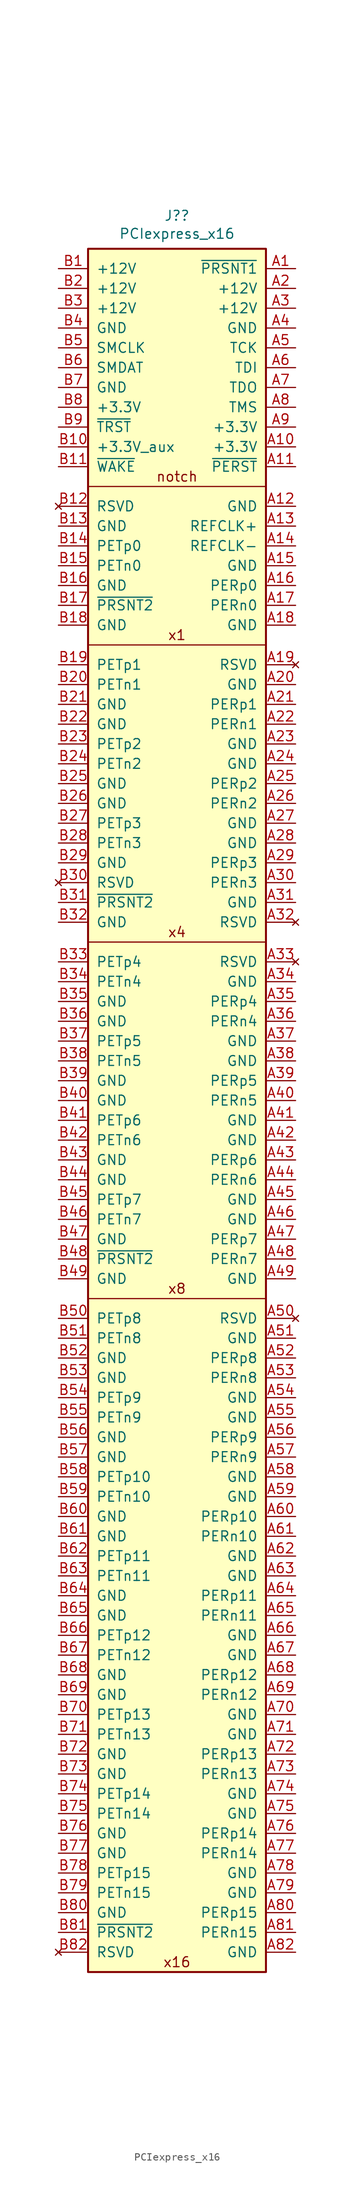
<source format=kicad_sym>
(kicad_symbol_lib
  (version 20241209)
  (generator "kicad_symbol_editor")
  (generator_version "9.0")
  (symbol "PCIexpress_x16"
    (pin_names
      (offset 1.016))
    (property "Reference" "J?"
      (at 0 4.242 0)
      (effects (font (size 1.27 1.27))))
    (property "Value" "PCIexpress_x16"
      (at 0 1.93 0)
      (effects (font (size 1.27 1.27))))
    (property "Description" ""
      (at 0 0 0)
      (effects (font (size 1.27 1.27))))
    (symbol "PCIexpress_x16_0_0"
      (polyline (pts (xy 11.43 -88.9) (xy -11.43 -88.9)) (stroke (width 0) (type default)) (fill (type none)))
      (polyline (pts (xy 11.43 -134.62) (xy -11.43 -134.62)) (stroke (width 0) (type default)) (fill (type none)))
      (text "x4" (at 0 -87.63 0) (effects (font (size 1.27 1.27))))
      (text "x8" (at 0 -133.35 0) (effects (font (size 1.27 1.27))))
      (text "x16" (at 0 -219.71 0) (effects (font (size 1.27 1.27)))))
    (symbol "PCIexpress_x16_1_1"
      (rectangle (start 11.43 0) (end -11.43 -220.98) (stroke (width 0.254) (type default)) (fill (type background)))
      (polyline (pts (xy 11.43 -30.48) (xy -11.43 -30.48)) (stroke (width 0) (type default)) (fill (type none)))
      (polyline (pts (xy 11.43 -50.8) (xy -11.43 -50.8)) (stroke (width 0) (type default)) (fill (type none)))
      (text "notch" (at 0 -29.21 0) (effects (font (size 1.27 1.27))))
      (text "x1" (at 0 -49.53 0) (effects (font (size 1.27 1.27))))
      (pin power_out line (at -15.24 -2.54 0) (length 3.81) (name "+12V" (effects (font (size 1.27 1.27)))) (number "B1" (effects (font (size 1.27 1.27)))))
      (pin power_out line (at -15.24 -5.08 0) (length 3.81) (name "+12V" (effects (font (size 1.27 1.27)))) (number "B2" (effects (font (size 1.27 1.27)))))
      (pin power_out line (at -15.24 -7.62 0) (length 3.81) (name "+12V" (effects (font (size 1.27 1.27)))) (number "B3" (effects (font (size 1.27 1.27)))))
      (pin power_out line (at -15.24 -10.16 0) (length 3.81) (name "GND" (effects (font (size 1.27 1.27)))) (number "B4" (effects (font (size 1.27 1.27)))))
      (pin open_collector line (at -15.24 -12.7 0) (length 3.81) (name "SMCLK" (effects (font (size 1.27 1.27)))) (number "B5" (effects (font (size 1.27 1.27)))))
      (pin open_collector line (at -15.24 -15.24 0) (length 3.81) (name "SMDAT" (effects (font (size 1.27 1.27)))) (number "B6" (effects (font (size 1.27 1.27)))))
      (pin power_out line (at -15.24 -17.78 0) (length 3.81) (name "GND" (effects (font (size 1.27 1.27)))) (number "B7" (effects (font (size 1.27 1.27)))))
      (pin power_out line (at -15.24 -20.32 0) (length 3.81) (name "+3.3V" (effects (font (size 1.27 1.27)))) (number "B8" (effects (font (size 1.27 1.27)))))
      (pin output line (at -15.24 -22.86 0) (length 3.81) (name "~{TRST}" (effects (font (size 1.27 1.27)))) (number "B9" (effects (font (size 1.27 1.27)))))
      (pin power_out line (at -15.24 -25.4 0) (length 3.81) (name "+3.3V_aux" (effects (font (size 1.27 1.27)))) (number "B10" (effects (font (size 1.27 1.27)))))
      (pin open_collector line (at -15.24 -27.94 0) (length 3.81) (name "~{WAKE}" (effects (font (size 1.27 1.27)))) (number "B11" (effects (font (size 1.27 1.27)))))
      (pin no_connect line (at -15.24 -33.02 0) (length 3.81) (name "RSVD" (effects (font (size 1.27 1.27)))) (number "B12" (effects (font (size 1.27 1.27)))))
      (pin power_out line (at -15.24 -35.56 0) (length 3.81) (name "GND" (effects (font (size 1.27 1.27)))) (number "B13" (effects (font (size 1.27 1.27)))))
      (pin output line (at -15.24 -38.1 0) (length 3.81) (name "PETp0" (effects (font (size 1.27 1.27)))) (number "B14" (effects (font (size 1.27 1.27)))))
      (pin output line (at -15.24 -40.64 0) (length 3.81) (name "PETn0" (effects (font (size 1.27 1.27)))) (number "B15" (effects (font (size 1.27 1.27)))))
      (pin power_out line (at -15.24 -43.18 0) (length 3.81) (name "GND" (effects (font (size 1.27 1.27)))) (number "B16" (effects (font (size 1.27 1.27)))))
      (pin passive line (at -15.24 -45.72 0) (length 3.81) (name "~{PRSNT2}" (effects (font (size 1.27 1.27)))) (number "B17" (effects (font (size 1.27 1.27)))))
      (pin power_out line (at -15.24 -48.26 0) (length 3.81) (name "GND" (effects (font (size 1.27 1.27)))) (number "B18" (effects (font (size 1.27 1.27)))))
      (pin output line (at -15.24 -53.34 0) (length 3.81) (name "PETp1" (effects (font (size 1.27 1.27)))) (number "B19" (effects (font (size 1.27 1.27)))))
      (pin output line (at -15.24 -55.88 0) (length 3.81) (name "PETn1" (effects (font (size 1.27 1.27)))) (number "B20" (effects (font (size 1.27 1.27)))))
      (pin power_out line (at -15.24 -58.42 0) (length 3.81) (name "GND" (effects (font (size 1.27 1.27)))) (number "B21" (effects (font (size 1.27 1.27)))))
      (pin power_out line (at -15.24 -60.96 0) (length 3.81) (name "GND" (effects (font (size 1.27 1.27)))) (number "B22" (effects (font (size 1.27 1.27)))))
      (pin output line (at -15.24 -63.5 0) (length 3.81) (name "PETp2" (effects (font (size 1.27 1.27)))) (number "B23" (effects (font (size 1.27 1.27)))))
      (pin output line (at -15.24 -66.04 0) (length 3.81) (name "PETn2" (effects (font (size 1.27 1.27)))) (number "B24" (effects (font (size 1.27 1.27)))))
      (pin power_out line (at -15.24 -68.58 0) (length 3.81) (name "GND" (effects (font (size 1.27 1.27)))) (number "B25" (effects (font (size 1.27 1.27)))))
      (pin power_out line (at -15.24 -71.12 0) (length 3.81) (name "GND" (effects (font (size 1.27 1.27)))) (number "B26" (effects (font (size 1.27 1.27)))))
      (pin output line (at -15.24 -73.66 0) (length 3.81) (name "PETp3" (effects (font (size 1.27 1.27)))) (number "B27" (effects (font (size 1.27 1.27)))))
      (pin output line (at -15.24 -76.2 0) (length 3.81) (name "PETn3" (effects (font (size 1.27 1.27)))) (number "B28" (effects (font (size 1.27 1.27)))))
      (pin power_out line (at -15.24 -78.74 0) (length 3.81) (name "GND" (effects (font (size 1.27 1.27)))) (number "B29" (effects (font (size 1.27 1.27)))))
      (pin no_connect line (at -15.24 -81.28 0) (length 3.81) (name "RSVD" (effects (font (size 1.27 1.27)))) (number "B30" (effects (font (size 1.27 1.27)))))
      (pin passive line (at -15.24 -83.82 0) (length 3.81) (name "~{PRSNT2}" (effects (font (size 1.27 1.27)))) (number "B31" (effects (font (size 1.27 1.27)))))
      (pin power_out line (at -15.24 -86.36 0) (length 3.81) (name "GND" (effects (font (size 1.27 1.27)))) (number "B32" (effects (font (size 1.27 1.27)))))
      (pin output line (at -15.24 -91.44 0) (length 3.81) (name "PETp4" (effects (font (size 1.27 1.27)))) (number "B33" (effects (font (size 1.27 1.27)))))
      (pin output line (at -15.24 -93.98 0) (length 3.81) (name "PETn4" (effects (font (size 1.27 1.27)))) (number "B34" (effects (font (size 1.27 1.27)))))
      (pin power_out line (at -15.24 -96.52 0) (length 3.81) (name "GND" (effects (font (size 1.27 1.27)))) (number "B35" (effects (font (size 1.27 1.27)))))
      (pin power_out line (at -15.24 -99.06 0) (length 3.81) (name "GND" (effects (font (size 1.27 1.27)))) (number "B36" (effects (font (size 1.27 1.27)))))
      (pin output line (at -15.24 -101.6 0) (length 3.81) (name "PETp5" (effects (font (size 1.27 1.27)))) (number "B37" (effects (font (size 1.27 1.27)))))
      (pin output line (at -15.24 -104.14 0) (length 3.81) (name "PETn5" (effects (font (size 1.27 1.27)))) (number "B38" (effects (font (size 1.27 1.27)))))
      (pin power_out line (at -15.24 -106.68 0) (length 3.81) (name "GND" (effects (font (size 1.27 1.27)))) (number "B39" (effects (font (size 1.27 1.27)))))
      (pin power_out line (at -15.24 -109.22 0) (length 3.81) (name "GND" (effects (font (size 1.27 1.27)))) (number "B40" (effects (font (size 1.27 1.27)))))
      (pin output line (at -15.24 -111.76 0) (length 3.81) (name "PETp6" (effects (font (size 1.27 1.27)))) (number "B41" (effects (font (size 1.27 1.27)))))
      (pin output line (at -15.24 -114.3 0) (length 3.81) (name "PETn6" (effects (font (size 1.27 1.27)))) (number "B42" (effects (font (size 1.27 1.27)))))
      (pin power_out line (at -15.24 -116.84 0) (length 3.81) (name "GND" (effects (font (size 1.27 1.27)))) (number "B43" (effects (font (size 1.27 1.27)))))
      (pin power_out line (at -15.24 -119.38 0) (length 3.81) (name "GND" (effects (font (size 1.27 1.27)))) (number "B44" (effects (font (size 1.27 1.27)))))
      (pin output line (at -15.24 -121.92 0) (length 3.81) (name "PETp7" (effects (font (size 1.27 1.27)))) (number "B45" (effects (font (size 1.27 1.27)))))
      (pin output line (at -15.24 -124.46 0) (length 3.81) (name "PETn7" (effects (font (size 1.27 1.27)))) (number "B46" (effects (font (size 1.27 1.27)))))
      (pin power_out line (at -15.24 -127 0) (length 3.81) (name "GND" (effects (font (size 1.27 1.27)))) (number "B47" (effects (font (size 1.27 1.27)))))
      (pin passive line (at -15.24 -129.54 0) (length 3.81) (name "~{PRSNT2}" (effects (font (size 1.27 1.27)))) (number "B48" (effects (font (size 1.27 1.27)))))
      (pin power_out line (at -15.24 -132.08 0) (length 3.81) (name "GND" (effects (font (size 1.27 1.27)))) (number "B49" (effects (font (size 1.27 1.27)))))
      (pin output line (at -15.24 -137.16 0) (length 3.81) (name "PETp8" (effects (font (size 1.27 1.27)))) (number "B50" (effects (font (size 1.27 1.27)))))
      (pin output line (at -15.24 -139.7 0) (length 3.81) (name "PETn8" (effects (font (size 1.27 1.27)))) (number "B51" (effects (font (size 1.27 1.27)))))
      (pin power_out line (at -15.24 -142.24 0) (length 3.81) (name "GND" (effects (font (size 1.27 1.27)))) (number "B52" (effects (font (size 1.27 1.27)))))
      (pin power_out line (at -15.24 -144.78 0) (length 3.81) (name "GND" (effects (font (size 1.27 1.27)))) (number "B53" (effects (font (size 1.27 1.27)))))
      (pin output line (at -15.24 -147.32 0) (length 3.81) (name "PETp9" (effects (font (size 1.27 1.27)))) (number "B54" (effects (font (size 1.27 1.27)))))
      (pin output line (at -15.24 -149.86 0) (length 3.81) (name "PETn9" (effects (font (size 1.27 1.27)))) (number "B55" (effects (font (size 1.27 1.27)))))
      (pin power_out line (at -15.24 -152.4 0) (length 3.81) (name "GND" (effects (font (size 1.27 1.27)))) (number "B56" (effects (font (size 1.27 1.27)))))
      (pin power_out line (at -15.24 -154.94 0) (length 3.81) (name "GND" (effects (font (size 1.27 1.27)))) (number "B57" (effects (font (size 1.27 1.27)))))
      (pin output line (at -15.24 -157.48 0) (length 3.81) (name "PETp10" (effects (font (size 1.27 1.27)))) (number "B58" (effects (font (size 1.27 1.27)))))
      (pin output line (at -15.24 -160.02 0) (length 3.81) (name "PETn10" (effects (font (size 1.27 1.27)))) (number "B59" (effects (font (size 1.27 1.27)))))
      (pin power_out line (at -15.24 -162.56 0) (length 3.81) (name "GND" (effects (font (size 1.27 1.27)))) (number "B60" (effects (font (size 1.27 1.27)))))
      (pin power_out line (at -15.24 -165.1 0) (length 3.81) (name "GND" (effects (font (size 1.27 1.27)))) (number "B61" (effects (font (size 1.27 1.27)))))
      (pin output line (at -15.24 -167.64 0) (length 3.81) (name "PETp11" (effects (font (size 1.27 1.27)))) (number "B62" (effects (font (size 1.27 1.27)))))
      (pin output line (at -15.24 -170.18 0) (length 3.81) (name "PETn11" (effects (font (size 1.27 1.27)))) (number "B63" (effects (font (size 1.27 1.27)))))
      (pin power_out line (at -15.24 -172.72 0) (length 3.81) (name "GND" (effects (font (size 1.27 1.27)))) (number "B64" (effects (font (size 1.27 1.27)))))
      (pin power_out line (at -15.24 -175.26 0) (length 3.81) (name "GND" (effects (font (size 1.27 1.27)))) (number "B65" (effects (font (size 1.27 1.27)))))
      (pin output line (at -15.24 -177.8 0) (length 3.81) (name "PETp12" (effects (font (size 1.27 1.27)))) (number "B66" (effects (font (size 1.27 1.27)))))
      (pin output line (at -15.24 -180.34 0) (length 3.81) (name "PETn12" (effects (font (size 1.27 1.27)))) (number "B67" (effects (font (size 1.27 1.27)))))
      (pin power_out line (at -15.24 -182.88 0) (length 3.81) (name "GND" (effects (font (size 1.27 1.27)))) (number "B68" (effects (font (size 1.27 1.27)))))
      (pin power_out line (at -15.24 -185.42 0) (length 3.81) (name "GND" (effects (font (size 1.27 1.27)))) (number "B69" (effects (font (size 1.27 1.27)))))
      (pin output line (at -15.24 -187.96 0) (length 3.81) (name "PETp13" (effects (font (size 1.27 1.27)))) (number "B70" (effects (font (size 1.27 1.27)))))
      (pin output line (at -15.24 -190.5 0) (length 3.81) (name "PETn13" (effects (font (size 1.27 1.27)))) (number "B71" (effects (font (size 1.27 1.27)))))
      (pin power_out line (at -15.24 -193.04 0) (length 3.81) (name "GND" (effects (font (size 1.27 1.27)))) (number "B72" (effects (font (size 1.27 1.27)))))
      (pin power_out line (at -15.24 -195.58 0) (length 3.81) (name "GND" (effects (font (size 1.27 1.27)))) (number "B73" (effects (font (size 1.27 1.27)))))
      (pin output line (at -15.24 -198.12 0) (length 3.81) (name "PETp14" (effects (font (size 1.27 1.27)))) (number "B74" (effects (font (size 1.27 1.27)))))
      (pin output line (at -15.24 -200.66 0) (length 3.81) (name "PETn14" (effects (font (size 1.27 1.27)))) (number "B75" (effects (font (size 1.27 1.27)))))
      (pin power_out line (at -15.24 -203.2 0) (length 3.81) (name "GND" (effects (font (size 1.27 1.27)))) (number "B76" (effects (font (size 1.27 1.27)))))
      (pin power_out line (at -15.24 -205.74 0) (length 3.81) (name "GND" (effects (font (size 1.27 1.27)))) (number "B77" (effects (font (size 1.27 1.27)))))
      (pin output line (at -15.24 -208.28 0) (length 3.81) (name "PETp15" (effects (font (size 1.27 1.27)))) (number "B78" (effects (font (size 1.27 1.27)))))
      (pin output line (at -15.24 -210.82 0) (length 3.81) (name "PETn15" (effects (font (size 1.27 1.27)))) (number "B79" (effects (font (size 1.27 1.27)))))
      (pin power_out line (at -15.24 -213.36 0) (length 3.81) (name "GND" (effects (font (size 1.27 1.27)))) (number "B80" (effects (font (size 1.27 1.27)))))
      (pin passive line (at -15.24 -215.9 0) (length 3.81) (name "~{PRSNT2}" (effects (font (size 1.27 1.27)))) (number "B81" (effects (font (size 1.27 1.27)))))
      (pin no_connect line (at -15.24 -218.44 0) (length 3.81) (name "RSVD" (effects (font (size 1.27 1.27)))) (number "B82" (effects (font (size 1.27 1.27)))))
      (pin passive line (at 15.24 -2.54 180) (length 3.81) (name "~{PRSNT1}" (effects (font (size 1.27 1.27)))) (number "A1" (effects (font (size 1.27 1.27)))))
      (pin power_out line (at 15.24 -5.08 180) (length 3.81) (name "+12V" (effects (font (size 1.27 1.27)))) (number "A2" (effects (font (size 1.27 1.27)))))
      (pin power_out line (at 15.24 -7.62 180) (length 3.81) (name "+12V" (effects (font (size 1.27 1.27)))) (number "A3" (effects (font (size 1.27 1.27)))))
      (pin power_out line (at 15.24 -10.16 180) (length 3.81) (name "GND" (effects (font (size 1.27 1.27)))) (number "A4" (effects (font (size 1.27 1.27)))))
      (pin output line (at 15.24 -12.7 180) (length 3.81) (name "TCK" (effects (font (size 1.27 1.27)))) (number "A5" (effects (font (size 1.27 1.27)))))
      (pin output line (at 15.24 -15.24 180) (length 3.81) (name "TDI" (effects (font (size 1.27 1.27)))) (number "A6" (effects (font (size 1.27 1.27)))))
      (pin input line (at 15.24 -17.78 180) (length 3.81) (name "TDO" (effects (font (size 1.27 1.27)))) (number "A7" (effects (font (size 1.27 1.27)))))
      (pin output line (at 15.24 -20.32 180) (length 3.81) (name "TMS" (effects (font (size 1.27 1.27)))) (number "A8" (effects (font (size 1.27 1.27)))))
      (pin power_out line (at 15.24 -22.86 180) (length 3.81) (name "+3.3V" (effects (font (size 1.27 1.27)))) (number "A9" (effects (font (size 1.27 1.27)))))
      (pin power_out line (at 15.24 -25.4 180) (length 3.81) (name "+3.3V" (effects (font (size 1.27 1.27)))) (number "A10" (effects (font (size 1.27 1.27)))))
      (pin output line (at 15.24 -27.94 180) (length 3.81) (name "~{PERST}" (effects (font (size 1.27 1.27)))) (number "A11" (effects (font (size 1.27 1.27)))))
      (pin power_out line (at 15.24 -33.02 180) (length 3.81) (name "GND" (effects (font (size 1.27 1.27)))) (number "A12" (effects (font (size 1.27 1.27)))))
      (pin output line (at 15.24 -35.56 180) (length 3.81) (name "REFCLK+" (effects (font (size 1.27 1.27)))) (number "A13" (effects (font (size 1.27 1.27)))))
      (pin output line (at 15.24 -38.1 180) (length 3.81) (name "REFCLK-" (effects (font (size 1.27 1.27)))) (number "A14" (effects (font (size 1.27 1.27)))))
      (pin power_out line (at 15.24 -40.64 180) (length 3.81) (name "GND" (effects (font (size 1.27 1.27)))) (number "A15" (effects (font (size 1.27 1.27)))))
      (pin input line (at 15.24 -43.18 180) (length 3.81) (name "PERp0" (effects (font (size 1.27 1.27)))) (number "A16" (effects (font (size 1.27 1.27)))))
      (pin input line (at 15.24 -45.72 180) (length 3.81) (name "PERn0" (effects (font (size 1.27 1.27)))) (number "A17" (effects (font (size 1.27 1.27)))))
      (pin power_out line (at 15.24 -48.26 180) (length 3.81) (name "GND" (effects (font (size 1.27 1.27)))) (number "A18" (effects (font (size 1.27 1.27)))))
      (pin no_connect line (at 15.24 -53.34 180) (length 3.81) (name "RSVD" (effects (font (size 1.27 1.27)))) (number "A19" (effects (font (size 1.27 1.27)))))
      (pin power_out line (at 15.24 -55.88 180) (length 3.81) (name "GND" (effects (font (size 1.27 1.27)))) (number "A20" (effects (font (size 1.27 1.27)))))
      (pin input line (at 15.24 -58.42 180) (length 3.81) (name "PERp1" (effects (font (size 1.27 1.27)))) (number "A21" (effects (font (size 1.27 1.27)))))
      (pin input line (at 15.24 -60.96 180) (length 3.81) (name "PERn1" (effects (font (size 1.27 1.27)))) (number "A22" (effects (font (size 1.27 1.27)))))
      (pin power_out line (at 15.24 -63.5 180) (length 3.81) (name "GND" (effects (font (size 1.27 1.27)))) (number "A23" (effects (font (size 1.27 1.27)))))
      (pin power_out line (at 15.24 -66.04 180) (length 3.81) (name "GND" (effects (font (size 1.27 1.27)))) (number "A24" (effects (font (size 1.27 1.27)))))
      (pin input line (at 15.24 -68.58 180) (length 3.81) (name "PERp2" (effects (font (size 1.27 1.27)))) (number "A25" (effects (font (size 1.27 1.27)))))
      (pin input line (at 15.24 -71.12 180) (length 3.81) (name "PERn2" (effects (font (size 1.27 1.27)))) (number "A26" (effects (font (size 1.27 1.27)))))
      (pin power_out line (at 15.24 -73.66 180) (length 3.81) (name "GND" (effects (font (size 1.27 1.27)))) (number "A27" (effects (font (size 1.27 1.27)))))
      (pin power_out line (at 15.24 -76.2 180) (length 3.81) (name "GND" (effects (font (size 1.27 1.27)))) (number "A28" (effects (font (size 1.27 1.27)))))
      (pin input line (at 15.24 -78.74 180) (length 3.81) (name "PERp3" (effects (font (size 1.27 1.27)))) (number "A29" (effects (font (size 1.27 1.27)))))
      (pin input line (at 15.24 -81.28 180) (length 3.81) (name "PERn3" (effects (font (size 1.27 1.27)))) (number "A30" (effects (font (size 1.27 1.27)))))
      (pin power_out line (at 15.24 -83.82 180) (length 3.81) (name "GND" (effects (font (size 1.27 1.27)))) (number "A31" (effects (font (size 1.27 1.27)))))
      (pin no_connect line (at 15.24 -86.36 180) (length 3.81) (name "RSVD" (effects (font (size 1.27 1.27)))) (number "A32" (effects (font (size 1.27 1.27)))))
      (pin no_connect line (at 15.24 -91.44 180) (length 3.81) (name "RSVD" (effects (font (size 1.27 1.27)))) (number "A33" (effects (font (size 1.27 1.27)))))
      (pin power_out line (at 15.24 -93.98 180) (length 3.81) (name "GND" (effects (font (size 1.27 1.27)))) (number "A34" (effects (font (size 1.27 1.27)))))
      (pin input line (at 15.24 -96.52 180) (length 3.81) (name "PERp4" (effects (font (size 1.27 1.27)))) (number "A35" (effects (font (size 1.27 1.27)))))
      (pin input line (at 15.24 -99.06 180) (length 3.81) (name "PERn4" (effects (font (size 1.27 1.27)))) (number "A36" (effects (font (size 1.27 1.27)))))
      (pin power_out line (at 15.24 -101.6 180) (length 3.81) (name "GND" (effects (font (size 1.27 1.27)))) (number "A37" (effects (font (size 1.27 1.27)))))
      (pin power_out line (at 15.24 -104.14 180) (length 3.81) (name "GND" (effects (font (size 1.27 1.27)))) (number "A38" (effects (font (size 1.27 1.27)))))
      (pin input line (at 15.24 -106.68 180) (length 3.81) (name "PERp5" (effects (font (size 1.27 1.27)))) (number "A39" (effects (font (size 1.27 1.27)))))
      (pin input line (at 15.24 -109.22 180) (length 3.81) (name "PERn5" (effects (font (size 1.27 1.27)))) (number "A40" (effects (font (size 1.27 1.27)))))
      (pin power_out line (at 15.24 -111.76 180) (length 3.81) (name "GND" (effects (font (size 1.27 1.27)))) (number "A41" (effects (font (size 1.27 1.27)))))
      (pin power_out line (at 15.24 -114.3 180) (length 3.81) (name "GND" (effects (font (size 1.27 1.27)))) (number "A42" (effects (font (size 1.27 1.27)))))
      (pin input line (at 15.24 -116.84 180) (length 3.81) (name "PERp6" (effects (font (size 1.27 1.27)))) (number "A43" (effects (font (size 1.27 1.27)))))
      (pin input line (at 15.24 -119.38 180) (length 3.81) (name "PERn6" (effects (font (size 1.27 1.27)))) (number "A44" (effects (font (size 1.27 1.27)))))
      (pin power_out line (at 15.24 -121.92 180) (length 3.81) (name "GND" (effects (font (size 1.27 1.27)))) (number "A45" (effects (font (size 1.27 1.27)))))
      (pin power_out line (at 15.24 -124.46 180) (length 3.81) (name "GND" (effects (font (size 1.27 1.27)))) (number "A46" (effects (font (size 1.27 1.27)))))
      (pin input line (at 15.24 -127 180) (length 3.81) (name "PERp7" (effects (font (size 1.27 1.27)))) (number "A47" (effects (font (size 1.27 1.27)))))
      (pin input line (at 15.24 -129.54 180) (length 3.81) (name "PERn7" (effects (font (size 1.27 1.27)))) (number "A48" (effects (font (size 1.27 1.27)))))
      (pin power_out line (at 15.24 -132.08 180) (length 3.81) (name "GND" (effects (font (size 1.27 1.27)))) (number "A49" (effects (font (size 1.27 1.27)))))
      (pin no_connect line (at 15.24 -137.16 180) (length 3.81) (name "RSVD" (effects (font (size 1.27 1.27)))) (number "A50" (effects (font (size 1.27 1.27)))))
      (pin power_out line (at 15.24 -139.7 180) (length 3.81) (name "GND" (effects (font (size 1.27 1.27)))) (number "A51" (effects (font (size 1.27 1.27)))))
      (pin input line (at 15.24 -142.24 180) (length 3.81) (name "PERp8" (effects (font (size 1.27 1.27)))) (number "A52" (effects (font (size 1.27 1.27)))))
      (pin input line (at 15.24 -144.78 180) (length 3.81) (name "PERn8" (effects (font (size 1.27 1.27)))) (number "A53" (effects (font (size 1.27 1.27)))))
      (pin power_out line (at 15.24 -147.32 180) (length 3.81) (name "GND" (effects (font (size 1.27 1.27)))) (number "A54" (effects (font (size 1.27 1.27)))))
      (pin power_out line (at 15.24 -149.86 180) (length 3.81) (name "GND" (effects (font (size 1.27 1.27)))) (number "A55" (effects (font (size 1.27 1.27)))))
      (pin input line (at 15.24 -152.4 180) (length 3.81) (name "PERp9" (effects (font (size 1.27 1.27)))) (number "A56" (effects (font (size 1.27 1.27)))))
      (pin input line (at 15.24 -154.94 180) (length 3.81) (name "PERn9" (effects (font (size 1.27 1.27)))) (number "A57" (effects (font (size 1.27 1.27)))))
      (pin power_out line (at 15.24 -157.48 180) (length 3.81) (name "GND" (effects (font (size 1.27 1.27)))) (number "A58" (effects (font (size 1.27 1.27)))))
      (pin power_out line (at 15.24 -160.02 180) (length 3.81) (name "GND" (effects (font (size 1.27 1.27)))) (number "A59" (effects (font (size 1.27 1.27)))))
      (pin input line (at 15.24 -162.56 180) (length 3.81) (name "PERp10" (effects (font (size 1.27 1.27)))) (number "A60" (effects (font (size 1.27 1.27)))))
      (pin input line (at 15.24 -165.1 180) (length 3.81) (name "PERn10" (effects (font (size 1.27 1.27)))) (number "A61" (effects (font (size 1.27 1.27)))))
      (pin power_out line (at 15.24 -167.64 180) (length 3.81) (name "GND" (effects (font (size 1.27 1.27)))) (number "A62" (effects (font (size 1.27 1.27)))))
      (pin power_out line (at 15.24 -170.18 180) (length 3.81) (name "GND" (effects (font (size 1.27 1.27)))) (number "A63" (effects (font (size 1.27 1.27)))))
      (pin input line (at 15.24 -172.72 180) (length 3.81) (name "PERp11" (effects (font (size 1.27 1.27)))) (number "A64" (effects (font (size 1.27 1.27)))))
      (pin input line (at 15.24 -175.26 180) (length 3.81) (name "PERn11" (effects (font (size 1.27 1.27)))) (number "A65" (effects (font (size 1.27 1.27)))))
      (pin power_out line (at 15.24 -177.8 180) (length 3.81) (name "GND" (effects (font (size 1.27 1.27)))) (number "A66" (effects (font (size 1.27 1.27)))))
      (pin power_out line (at 15.24 -180.34 180) (length 3.81) (name "GND" (effects (font (size 1.27 1.27)))) (number "A67" (effects (font (size 1.27 1.27)))))
      (pin input line (at 15.24 -182.88 180) (length 3.81) (name "PERp12" (effects (font (size 1.27 1.27)))) (number "A68" (effects (font (size 1.27 1.27)))))
      (pin input line (at 15.24 -185.42 180) (length 3.81) (name "PERn12" (effects (font (size 1.27 1.27)))) (number "A69" (effects (font (size 1.27 1.27)))))
      (pin power_out line (at 15.24 -187.96 180) (length 3.81) (name "GND" (effects (font (size 1.27 1.27)))) (number "A70" (effects (font (size 1.27 1.27)))))
      (pin power_out line (at 15.24 -190.5 180) (length 3.81) (name "GND" (effects (font (size 1.27 1.27)))) (number "A71" (effects (font (size 1.27 1.27)))))
      (pin input line (at 15.24 -193.04 180) (length 3.81) (name "PERp13" (effects (font (size 1.27 1.27)))) (number "A72" (effects (font (size 1.27 1.27)))))
      (pin input line (at 15.24 -195.58 180) (length 3.81) (name "PERn13" (effects (font (size 1.27 1.27)))) (number "A73" (effects (font (size 1.27 1.27)))))
      (pin power_out line (at 15.24 -198.12 180) (length 3.81) (name "GND" (effects (font (size 1.27 1.27)))) (number "A74" (effects (font (size 1.27 1.27)))))
      (pin power_out line (at 15.24 -200.66 180) (length 3.81) (name "GND" (effects (font (size 1.27 1.27)))) (number "A75" (effects (font (size 1.27 1.27)))))
      (pin input line (at 15.24 -203.2 180) (length 3.81) (name "PERp14" (effects (font (size 1.27 1.27)))) (number "A76" (effects (font (size 1.27 1.27)))))
      (pin input line (at 15.24 -205.74 180) (length 3.81) (name "PERn14" (effects (font (size 1.27 1.27)))) (number "A77" (effects (font (size 1.27 1.27)))))
      (pin power_out line (at 15.24 -208.28 180) (length 3.81) (name "GND" (effects (font (size 1.27 1.27)))) (number "A78" (effects (font (size 1.27 1.27)))))
      (pin power_out line (at 15.24 -210.82 180) (length 3.81) (name "GND" (effects (font (size 1.27 1.27)))) (number "A79" (effects (font (size 1.27 1.27)))))
      (pin input line (at 15.24 -213.36 180) (length 3.81) (name "PERp15" (effects (font (size 1.27 1.27)))) (number "A80" (effects (font (size 1.27 1.27)))))
      (pin input line (at 15.24 -215.9 180) (length 3.81) (name "PERn15" (effects (font (size 1.27 1.27)))) (number "A81" (effects (font (size 1.27 1.27)))))
      (pin power_out line (at 15.24 -218.44 180) (length 3.81) (name "GND" (effects (font (size 1.27 1.27)))) (number "A82" (effects (font (size 1.27 1.27))))))))
</source>
